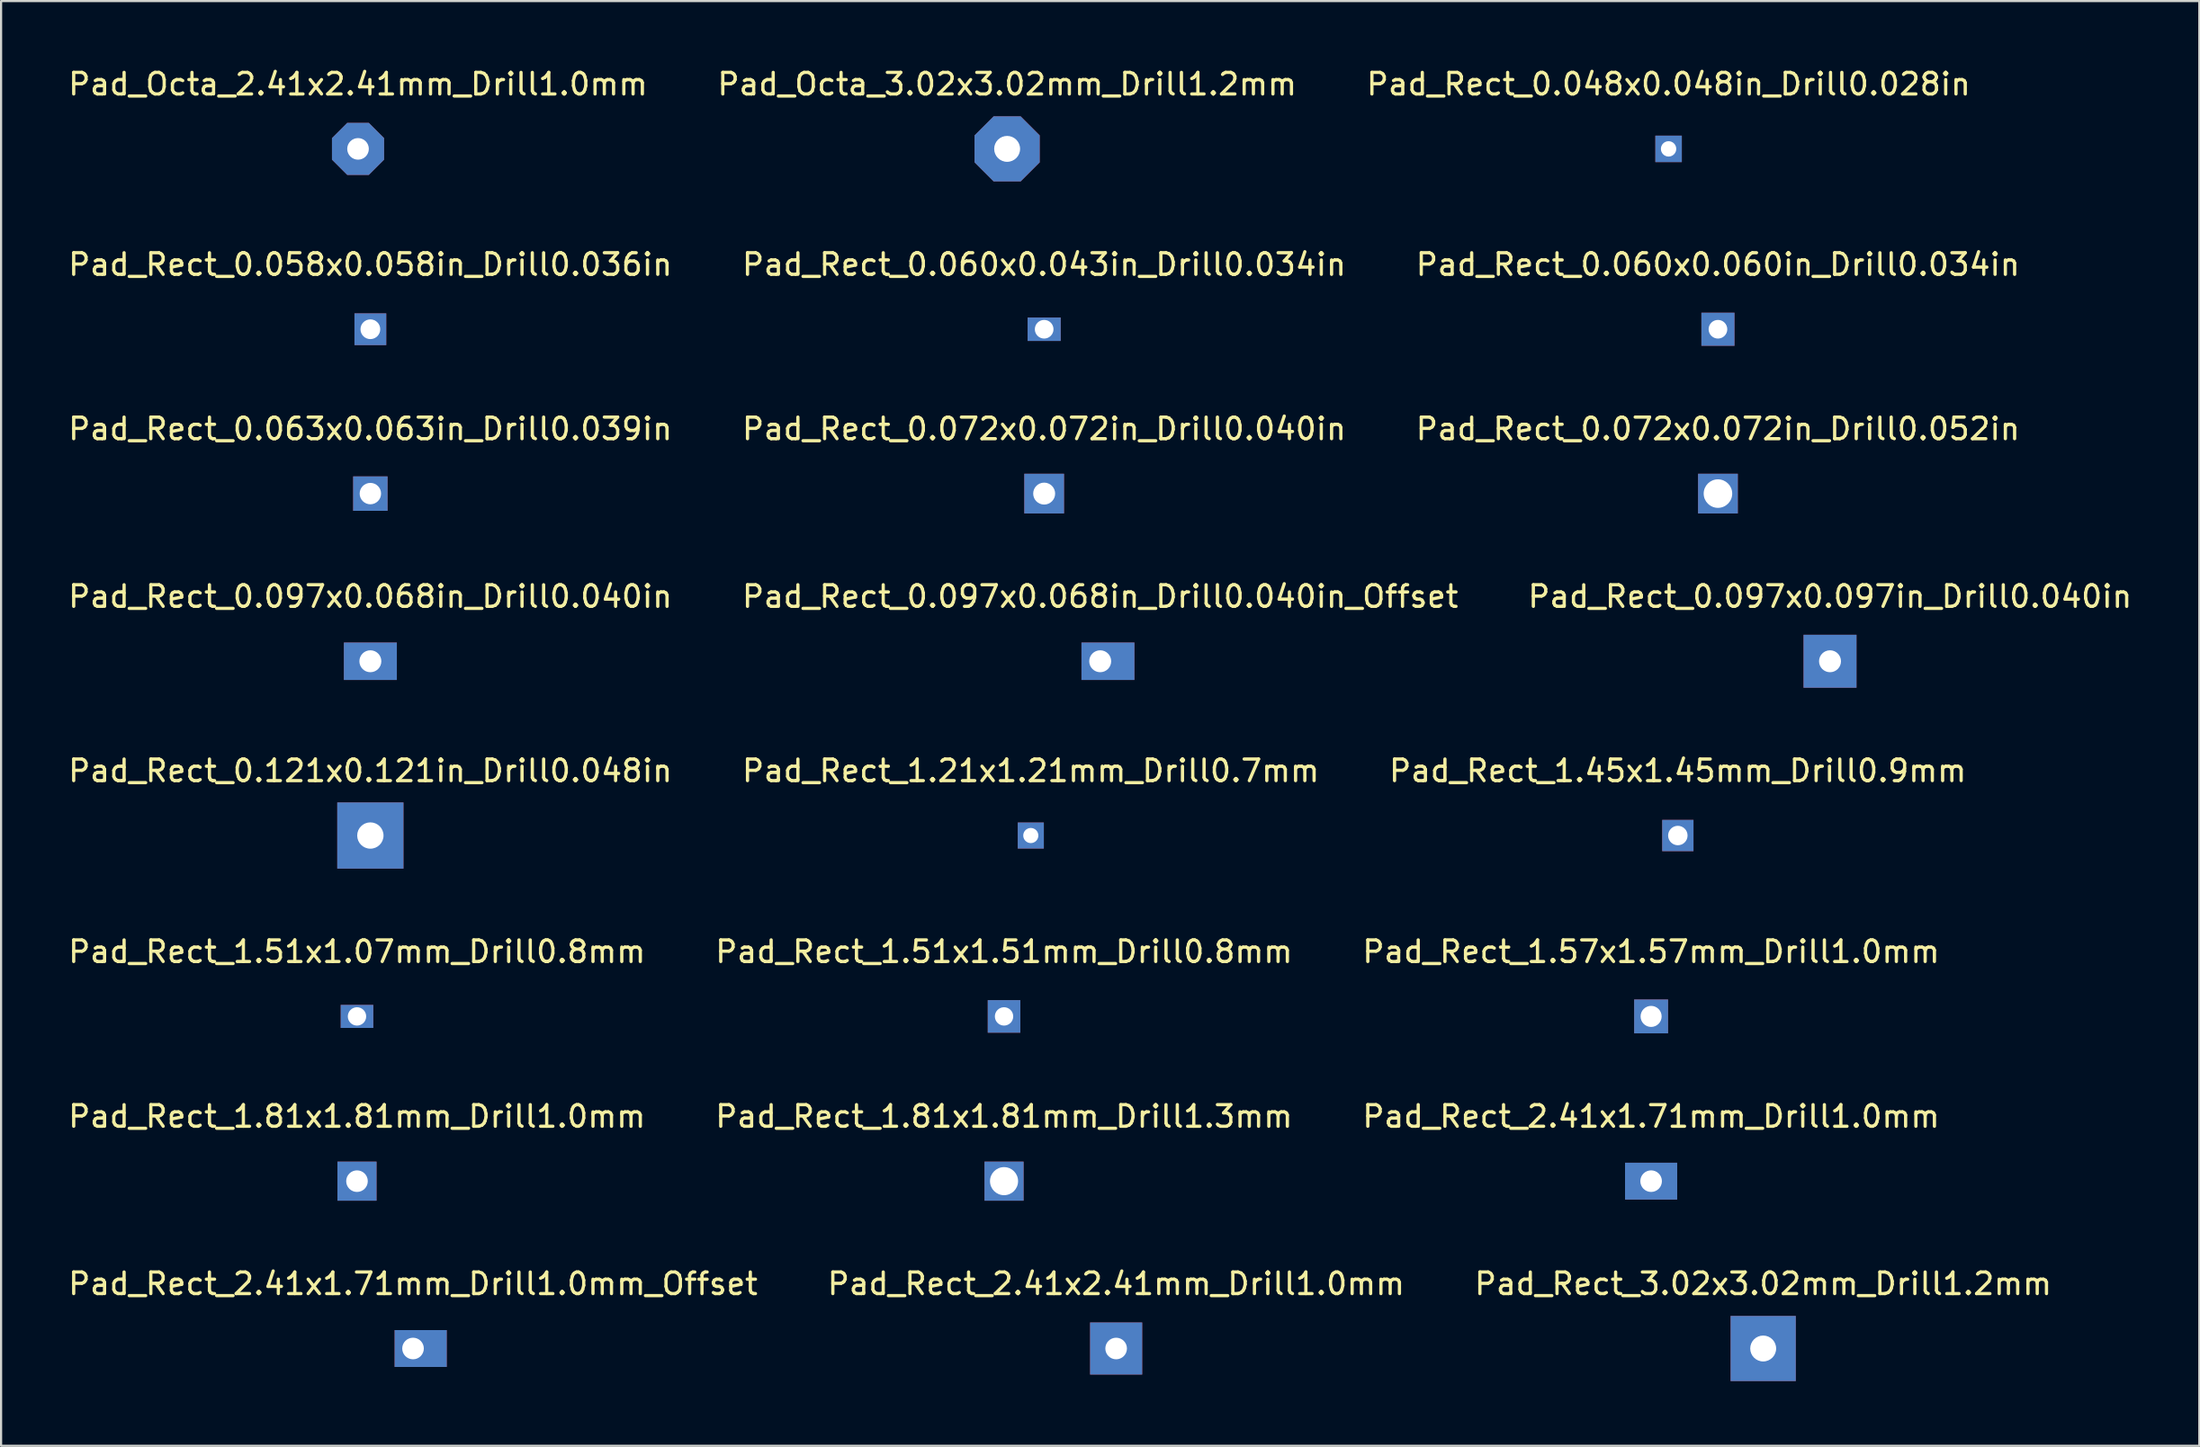
<source format=kicad_pcb>
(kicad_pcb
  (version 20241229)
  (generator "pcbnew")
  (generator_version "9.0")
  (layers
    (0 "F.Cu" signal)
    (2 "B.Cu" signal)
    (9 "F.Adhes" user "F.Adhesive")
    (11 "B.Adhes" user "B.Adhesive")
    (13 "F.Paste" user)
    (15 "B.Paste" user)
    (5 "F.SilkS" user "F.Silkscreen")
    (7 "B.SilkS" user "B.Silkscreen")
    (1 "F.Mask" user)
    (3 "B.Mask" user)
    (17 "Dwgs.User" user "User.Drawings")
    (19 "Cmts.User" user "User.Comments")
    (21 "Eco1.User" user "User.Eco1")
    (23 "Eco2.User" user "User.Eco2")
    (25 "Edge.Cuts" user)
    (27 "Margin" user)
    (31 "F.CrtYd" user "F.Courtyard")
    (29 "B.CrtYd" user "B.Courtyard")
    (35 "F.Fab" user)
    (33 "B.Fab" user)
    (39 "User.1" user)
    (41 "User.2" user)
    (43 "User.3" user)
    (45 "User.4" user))
  (footprint "Pad_Rect_1.45x1.45mm_Drill0.9mm"
    (layer "F.Cu")
    (at 74.649 35.663)
    (property "Reference" "Pad_Rect_1.45x1.45mm_Drill0.9mm" (at 0 -3 0) (layer "F.SilkS") (effects (font (size 1 1) (thickness 0.15))))
    (attr exclude_from_pos_files exclude_from_bom)
    (pad "1" thru_hole rect (at 0 0) (size 1.449 1.449) (drill 0.9) (layers "*.Cu" "*.Mask")))
  (footprint "Pad_Rect_0.048x0.048in_Drill0.028in"
    (layer "F.Cu")
    (at 74.22 3.848)
    (property "Reference" "Pad_Rect_0.048x0.048in_Drill0.028in" (at 0 -3 0) (layer "F.SilkS") (effects (font (size 1 1) (thickness 0.15))))
    (attr exclude_from_pos_files exclude_from_bom)
    (pad "1" thru_hole rect (at 0 0) (size 1.226 1.226) (drill 0.711) (layers "*.Cu" "*.Mask")))
  (footprint "Pad_Rect_1.21x1.21mm_Drill0.7mm"
    (layer "F.Cu")
    (at 44.685 35.663)
    (property "Reference" "Pad_Rect_1.21x1.21mm_Drill0.7mm" (at 0 -3 0) (layer "F.SilkS") (effects (font (size 1 1) (thickness 0.15))))
    (attr exclude_from_pos_files exclude_from_bom)
    (pad "1" thru_hole rect (at 0 0) (size 1.207 1.207) (drill 0.7) (layers "*.Cu" "*.Mask")))
  (footprint "Pad_Rect_1.81x1.81mm_Drill1.0mm"
    (layer "F.Cu")
    (at 13.482 51.677)
    (property "Reference" "Pad_Rect_1.81x1.81mm_Drill1.0mm" (at 0 -3 0) (layer "F.SilkS") (effects (font (size 1 1) (thickness 0.15))))
    (attr exclude_from_pos_files exclude_from_bom)
    (pad "1" thru_hole rect (at 0 0) (size 1.811 1.811) (drill 1) (layers "*.Cu" "*.Mask")))
  (footprint "Pad_Rect_0.058x0.058in_Drill0.036in"
    (layer "F.Cu")
    (at 14.101 12.205)
    (property "Reference" "Pad_Rect_0.058x0.058in_Drill0.036in" (at 0 -3 0) (layer "F.SilkS") (effects (font (size 1 1) (thickness 0.15))))
    (attr exclude_from_pos_files exclude_from_bom)
    (pad "1" thru_hole rect (at 0 0) (size 1.472 1.472) (drill 0.914) (layers "*.Cu" "*.Mask")))
  (footprint "Pad_Rect_1.51x1.07mm_Drill0.8mm"
    (layer "F.Cu")
    (at 13.482 44.044)
    (property "Reference" "Pad_Rect_1.51x1.07mm_Drill0.8mm" (at 0 -3 0) (layer "F.SilkS") (effects (font (size 1 1) (thickness 0.15))))
    (attr exclude_from_pos_files exclude_from_bom)
    (pad "1" connect circle (at -0.221 0) (size 0.85 0.85) (layers "F.Cu"))
    (pad "1" connect circle (at -0.221 0) (size 0.85 0.85) (layers "B.Cu"))
    (pad "1" thru_hole rect (at 0 0) (size 1.509 1.067) (drill 0.85) (layers "*.Cu" "*.Mask"))
    (pad "1" connect circle (at 0.221 0) (size 0.85 0.85) (layers "F.Cu"))
    (pad "1" connect circle (at 0.221 0) (size 0.85 0.85) (layers "B.Cu")))
  (footprint "Pad_Rect_2.41x1.71mm_Drill1.0mm"
    (layer "F.Cu")
    (at 73.411 51.677)
    (property "Reference" "Pad_Rect_2.41x1.71mm_Drill1.0mm" (at 0 -3 0) (layer "F.SilkS") (effects (font (size 1 1) (thickness 0.15))))
    (attr exclude_from_pos_files exclude_from_bom)
    (pad "1" connect circle (at -0.354 0) (size 1 1) (layers "F.Cu"))
    (pad "1" connect circle (at -0.354 0) (size 1 1) (layers "B.Cu"))
    (pad "1" thru_hole rect (at 0 0) (size 2.414 1.707) (drill 1) (layers "*.Cu" "*.Mask"))
    (pad "1" connect circle (at 0.354 0) (size 1 1) (layers "F.Cu"))
    (pad "1" connect circle (at 0.354 0) (size 1 1) (layers "B.Cu")))
  (footprint "Pad_Rect_0.097x0.097in_Drill0.040in"
    (layer "F.Cu")
    (at 81.696 27.588)
    (property "Reference" "Pad_Rect_0.097x0.097in_Drill0.040in" (at 0 -3 0) (layer "F.SilkS") (effects (font (size 1 1) (thickness 0.15))))
    (attr exclude_from_pos_files exclude_from_bom)
    (pad "1" thru_hole rect (at 0 0) (size 2.453 2.453) (drill 1.016) (layers "*.Cu" "*.Mask")))
  (footprint "Pad_Rect_2.41x1.71mm_Drill1.0mm_Offset"
    (layer "F.Cu")
    (at 16.077 59.431)
    (property "Reference" "Pad_Rect_2.41x1.71mm_Drill1.0mm_Offset" (at 0 -3 0) (layer "F.SilkS") (effects (font (size 1 1) (thickness 0.15))))
    (attr exclude_from_pos_files exclude_from_bom)
    (pad "1" thru_hole rect (at 0 0) (size 2.414 1.707) (drill 1 (offset 0.354 0)) (layers "*.Cu" "*.Mask"))
    (pad "1" connect circle (at 0.354 0) (size 1 1) (layers "F.Cu"))
    (pad "1" connect circle (at 0.354 0) (size 1 1) (layers "B.Cu"))
    (pad "1" connect circle (at 0.707 0) (size 1 1) (layers "F.Cu"))
    (pad "1" connect circle (at 0.707 0) (size 1 1) (layers "B.Cu")))
  (footprint "Pad_Rect_0.097x0.068in_Drill0.040in"
    (layer "F.Cu")
    (at 14.101 27.588)
    (property "Reference" "Pad_Rect_0.097x0.068in_Drill0.040in" (at 0 -3 0) (layer "F.SilkS") (effects (font (size 1 1) (thickness 0.15))))
    (attr exclude_from_pos_files exclude_from_bom)
    (pad "1" connect circle (at -0.359 0) (size 1.016 1.016) (layers "F.Cu"))
    (pad "1" connect circle (at -0.359 0) (size 1.016 1.016) (layers "B.Cu"))
    (pad "1" thru_hole rect (at 0 0) (size 2.453 1.734) (drill 1.016) (layers "*.Cu" "*.Mask"))
    (pad "1" connect circle (at 0.359 0) (size 1.016 1.016) (layers "F.Cu"))
    (pad "1" connect circle (at 0.359 0) (size 1.016 1.016) (layers "B.Cu")))
  (footprint "Pad_Rect_0.072x0.072in_Drill0.040in"
    (layer "F.Cu")
    (at 45.304 19.82)
    (property "Reference" "Pad_Rect_0.072x0.072in_Drill0.040in" (at 0 -3 0) (layer "F.SilkS") (effects (font (size 1 1) (thickness 0.15))))
    (attr exclude_from_pos_files exclude_from_bom)
    (pad "1" thru_hole rect (at 0 0) (size 1.84 1.84) (drill 1.016) (layers "*.Cu" "*.Mask")))
  (footprint "Pad_Rect_1.51x1.51mm_Drill0.8mm"
    (layer "F.Cu")
    (at 43.446 44.044)
    (property "Reference" "Pad_Rect_1.51x1.51mm_Drill0.8mm" (at 0 -3 0) (layer "F.SilkS") (effects (font (size 1 1) (thickness 0.15))))
    (attr exclude_from_pos_files exclude_from_bom)
    (pad "1" thru_hole rect (at 0 0) (size 1.509 1.509) (drill 0.85) (layers "*.Cu" "*.Mask")))
  (footprint "Pad_Rect_1.57x1.57mm_Drill1.0mm"
    (layer "F.Cu")
    (at 73.411 44.044)
    (property "Reference" "Pad_Rect_1.57x1.57mm_Drill1.0mm" (at 0 -3 0) (layer "F.SilkS") (effects (font (size 1 1) (thickness 0.15))))
    (attr exclude_from_pos_files exclude_from_bom)
    (pad "1" thru_hole rect (at 0 0) (size 1.569 1.569) (drill 0.975) (layers "*.Cu" "*.Mask")))
  (footprint "Pad_Rect_0.063x0.063in_Drill0.039in"
    (layer "F.Cu")
    (at 14.101 19.82)
    (property "Reference" "Pad_Rect_0.063x0.063in_Drill0.039in" (at 0 -3 0) (layer "F.SilkS") (effects (font (size 1 1) (thickness 0.15))))
    (attr exclude_from_pos_files exclude_from_bom)
    (pad "1" thru_hole rect (at 0 0) (size 1.594 1.594) (drill 0.991) (layers "*.Cu" "*.Mask")))
  (footprint "Pad_Octa_3.02x3.02mm_Drill1.2mm"
    (layer "F.Cu")
    (at 43.589 3.848)
    (property "Reference" "Pad_Octa_3.02x3.02mm_Drill1.2mm" (at 0 -3 0) (layer "F.SilkS") (effects (font (size 1 1) (thickness 0.15))))
    (attr exclude_from_pos_files exclude_from_bom)
    (pad "1" thru_hole custom (at 0 0) (size 3.018 3.018) (drill 1.2) (layers "*.Cu" "*.Mask") (options (anchor circle)) (primitives (gr_poly (pts (xy 1.509 0.625) (xy 0.625 1.509) (xy -0.625 1.509) (xy -1.509 0.625) (xy -1.509 -0.625) (xy -0.625 -1.509) (xy 0.625 -1.509) (xy 1.509 -0.625)) (width 0) (fill yes)))))
  (footprint "Pad_Rect_0.121x0.121in_Drill0.048in"
    (layer "F.Cu")
    (at 14.101 35.663)
    (property "Reference" "Pad_Rect_0.121x0.121in_Drill0.048in" (at 0 -3 0) (layer "F.SilkS") (effects (font (size 1 1) (thickness 0.15))))
    (attr exclude_from_pos_files exclude_from_bom)
    (pad "1" thru_hole rect (at 0 0) (size 3.066 3.066) (drill 1.219) (layers "*.Cu" "*.Mask")))
  (footprint "Pad_Rect_0.097x0.068in_Drill0.040in_Offset"
    (layer "F.Cu")
    (at 47.899 27.588)
    (property "Reference" "Pad_Rect_0.097x0.068in_Drill0.040in_Offset" (at 0 -3 0) (layer "F.SilkS") (effects (font (size 1 1) (thickness 0.15))))
    (attr exclude_from_pos_files exclude_from_bom)
    (pad "1" thru_hole rect (at 0 0) (size 2.453 1.734) (drill 1.016 (offset 0.359 0)) (layers "*.Cu" "*.Mask"))
    (pad "1" connect circle (at 0.359 0) (size 1.016 1.016) (layers "F.Cu"))
    (pad "1" connect circle (at 0.359 0) (size 1.016 1.016) (layers "B.Cu"))
    (pad "1" connect circle (at 0.718 0) (size 1.016 1.016) (layers "F.Cu"))
    (pad "1" connect circle (at 0.718 0) (size 1.016 1.016) (layers "B.Cu")))
  (footprint "Pad_Rect_1.81x1.81mm_Drill1.3mm"
    (layer "F.Cu")
    (at 43.446 51.677)
    (property "Reference" "Pad_Rect_1.81x1.81mm_Drill1.3mm" (at 0 -3 0) (layer "F.SilkS") (effects (font (size 1 1) (thickness 0.15))))
    (attr exclude_from_pos_files exclude_from_bom)
    (pad "1" thru_hole rect (at 0 0) (size 1.811 1.811) (drill 1.3) (layers "*.Cu" "*.Mask")))
  (footprint "Pad_Rect_3.02x3.02mm_Drill1.2mm"
    (layer "F.Cu")
    (at 78.601 59.431)
    (property "Reference" "Pad_Rect_3.02x3.02mm_Drill1.2mm" (at 0 -3 0) (layer "F.SilkS") (effects (font (size 1 1) (thickness 0.15))))
    (attr exclude_from_pos_files exclude_from_bom)
    (pad "1" thru_hole rect (at 0 0) (size 3.018 3.018) (drill 1.2) (layers "*.Cu" "*.Mask")))
  (footprint "Pad_Octa_2.41x2.41mm_Drill1.0mm"
    (layer "F.Cu")
    (at 13.53 3.848)
    (property "Reference" "Pad_Octa_2.41x2.41mm_Drill1.0mm" (at 0 -3 0) (layer "F.SilkS") (effects (font (size 1 1) (thickness 0.15))))
    (attr exclude_from_pos_files exclude_from_bom)
    (pad "1" thru_hole custom (at 0 0) (size 2.414 2.414) (drill 1) (layers "*.Cu" "*.Mask") (options (anchor circle)) (primitives (gr_poly (pts (xy 1.207 0.5) (xy 0.5 1.207) (xy -0.5 1.207) (xy -1.207 0.5) (xy -1.207 -0.5) (xy -0.5 -1.207) (xy 0.5 -1.207) (xy 1.207 -0.5)) (width 0) (fill yes)))))
  (footprint "Pad_Rect_0.060x0.043in_Drill0.034in"
    (layer "F.Cu")
    (at 45.304 12.205)
    (property "Reference" "Pad_Rect_0.060x0.043in_Drill0.034in" (at 0 -3 0) (layer "F.SilkS") (effects (font (size 1 1) (thickness 0.15))))
    (attr exclude_from_pos_files exclude_from_bom)
    (pad "1" connect circle (at -0.225 0) (size 0.864 0.864) (layers "F.Cu"))
    (pad "1" connect circle (at -0.225 0) (size 0.864 0.864) (layers "B.Cu"))
    (pad "1" thru_hole rect (at 0 0) (size 1.533 1.084) (drill 0.864) (layers "*.Cu" "*.Mask"))
    (pad "1" connect circle (at 0.225 0) (size 0.864 0.864) (layers "F.Cu"))
    (pad "1" connect circle (at 0.225 0) (size 0.864 0.864) (layers "B.Cu")))
  (footprint "Pad_Rect_2.41x2.41mm_Drill1.0mm"
    (layer "F.Cu")
    (at 48.637 59.431)
    (property "Reference" "Pad_Rect_2.41x2.41mm_Drill1.0mm" (at 0 -3 0) (layer "F.SilkS") (effects (font (size 1 1) (thickness 0.15))))
    (attr exclude_from_pos_files exclude_from_bom)
    (pad "1" thru_hole rect (at 0 0) (size 2.414 2.414) (drill 1) (layers "*.Cu" "*.Mask")))
  (footprint "Pad_Rect_0.072x0.072in_Drill0.052in"
    (layer "F.Cu")
    (at 76.506 19.82)
    (property "Reference" "Pad_Rect_0.072x0.072in_Drill0.052in" (at 0 -3 0) (layer "F.SilkS") (effects (font (size 1 1) (thickness 0.15))))
    (attr exclude_from_pos_files exclude_from_bom)
    (pad "1" thru_hole rect (at 0 0) (size 1.84 1.84) (drill 1.321) (layers "*.Cu" "*.Mask")))
  (footprint "Pad_Rect_0.060x0.060in_Drill0.034in"
    (layer "F.Cu")
    (at 76.506 12.205)
    (property "Reference" "Pad_Rect_0.060x0.060in_Drill0.034in" (at 0 -3 0) (layer "F.SilkS") (effects (font (size 1 1) (thickness 0.15))))
    (attr exclude_from_pos_files exclude_from_bom)
    (pad "1" thru_hole rect (at 0 0) (size 1.533 1.533) (drill 0.864) (layers "*.Cu" "*.Mask")))
  (gr_rect
    (start -3 -3)
    (end 98.798 63.939)
    (stroke (width 0.1) (type default))
    (fill no)
    (layer "Edge.Cuts")))
</source>
